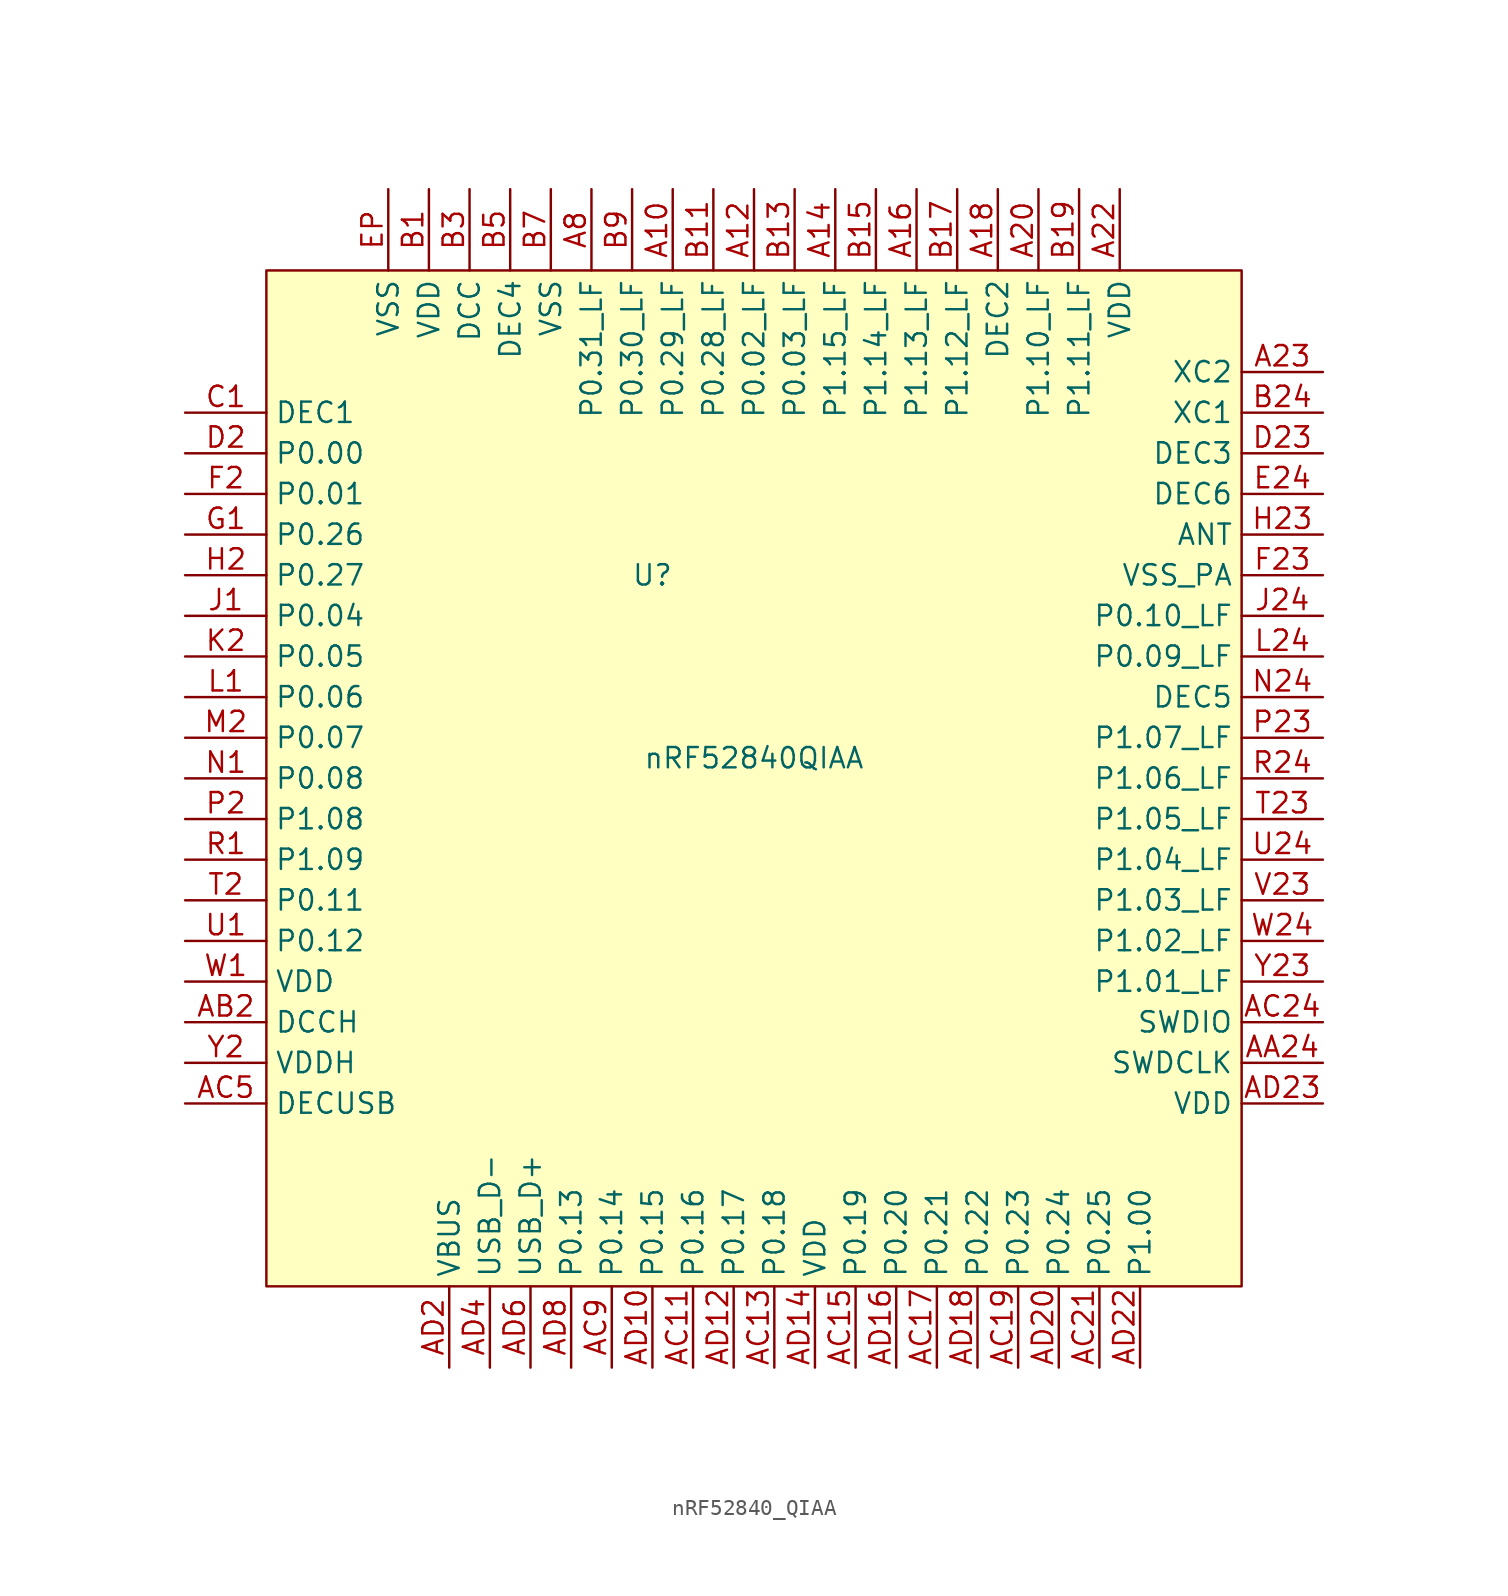
<source format=kicad_sym>
(kicad_symbol_lib
  (version 20231120)
  (generator "kicad_symbol_editor")
  (generator_version "8.0")
  (symbol "nRF52840_QIAA"
    (property "Reference" "U"
      (at -6.35 12.7 0)
      (effects (font (size 1.27 1.27))))
    (property "Value" "nRF52840QIAA"
      (at 0 1.27 0)
      (effects (font (size 1.27 1.27))))
    (symbol "nRF52840_QIAA_1_1"
      (rectangle (start -30.48 31.75) (end 30.48 -31.75) (stroke (width 0) (type default)) (fill (type background)))
      (pin bidirectional line (at -5.08 36.83 270) (length 5.08) (name "P0.29_LF" (effects (font (size 1.27 1.27)))) (number "A10" (effects (font (size 1.27 1.27)))) (alternate "AIN5" input line))
      (pin bidirectional line (at 0 36.83 270) (length 5.08) (name "P0.02_LF" (effects (font (size 1.27 1.27)))) (number "A12" (effects (font (size 1.27 1.27)))) (alternate "AIN0" input line))
      (pin bidirectional line (at 5.08 36.83 270) (length 5.08) (name "P1.15_LF" (effects (font (size 1.27 1.27)))) (number "A14" (effects (font (size 1.27 1.27)))))
      (pin bidirectional line (at 10.16 36.83 270) (length 5.08) (name "P1.13_LF" (effects (font (size 1.27 1.27)))) (number "A16" (effects (font (size 1.27 1.27)))))
      (pin passive line (at 15.24 36.83 270) (length 5.08) (name "DEC2" (effects (font (size 1.27 1.27)))) (number "A18" (effects (font (size 1.27 1.27)))))
      (pin bidirectional line (at 17.78 36.83 270) (length 5.08) (name "P1.10_LF" (effects (font (size 1.27 1.27)))) (number "A20" (effects (font (size 1.27 1.27)))))
      (pin power_in line (at 22.86 36.83 270) (length 5.08) (name "VDD" (effects (font (size 1.27 1.27)))) (number "A22" (effects (font (size 1.27 1.27)))))
      (pin passive line (at 35.56 25.4 180) (length 5.08) (name "XC2" (effects (font (size 1.27 1.27)))) (number "A23" (effects (font (size 1.27 1.27)))))
      (pin bidirectional line (at -10.16 36.83 270) (length 5.08) (name "P0.31_LF" (effects (font (size 1.27 1.27)))) (number "A8" (effects (font (size 1.27 1.27)))) (alternate "AIN7" input line))
      (pin input line (at 35.56 -17.78 180) (length 5.08) (name "SWDCLK" (effects (font (size 1.27 1.27)))) (number "AA24" (effects (font (size 1.27 1.27)))))
      (pin power_out line (at -35.56 -15.24 0) (length 5.08) (name "DCCH" (effects (font (size 1.27 1.27)))) (number "AB2" (effects (font (size 1.27 1.27)))))
      (pin bidirectional line (at -3.81 -36.83 90) (length 5.08) (name "P0.16" (effects (font (size 1.27 1.27)))) (number "AC11" (effects (font (size 1.27 1.27)))))
      (pin bidirectional line (at 1.27 -36.83 90) (length 5.08) (name "P0.18" (effects (font (size 1.27 1.27)))) (number "AC13" (effects (font (size 1.27 1.27)))) (alternate "~{RESET}" input line))
      (pin bidirectional line (at 6.35 -36.83 90) (length 5.08) (name "P0.19" (effects (font (size 1.27 1.27)))) (number "AC15" (effects (font (size 1.27 1.27)))))
      (pin bidirectional line (at 11.43 -36.83 90) (length 5.08) (name "P0.21" (effects (font (size 1.27 1.27)))) (number "AC17" (effects (font (size 1.27 1.27)))))
      (pin bidirectional line (at 16.51 -36.83 90) (length 5.08) (name "P0.23" (effects (font (size 1.27 1.27)))) (number "AC19" (effects (font (size 1.27 1.27)))))
      (pin bidirectional line (at 21.59 -36.83 90) (length 5.08) (name "P0.25" (effects (font (size 1.27 1.27)))) (number "AC21" (effects (font (size 1.27 1.27)))))
      (pin input line (at 35.56 -15.24 180) (length 5.08) (name "SWDIO" (effects (font (size 1.27 1.27)))) (number "AC24" (effects (font (size 1.27 1.27)))))
      (pin passive line (at -35.56 -20.32 0) (length 5.08) (name "DECUSB" (effects (font (size 1.27 1.27)))) (number "AC5" (effects (font (size 1.27 1.27)))))
      (pin bidirectional line (at -8.89 -36.83 90) (length 5.08) (name "P0.14" (effects (font (size 1.27 1.27)))) (number "AC9" (effects (font (size 1.27 1.27)))))
      (pin bidirectional line (at -6.35 -36.83 90) (length 5.08) (name "P0.15" (effects (font (size 1.27 1.27)))) (number "AD10" (effects (font (size 1.27 1.27)))))
      (pin bidirectional line (at -1.27 -36.83 90) (length 5.08) (name "P0.17" (effects (font (size 1.27 1.27)))) (number "AD12" (effects (font (size 1.27 1.27)))))
      (pin power_in line (at 3.81 -36.83 90) (length 5.08) (name "VDD" (effects (font (size 1.27 1.27)))) (number "AD14" (effects (font (size 1.27 1.27)))) (alternate "VDD_O" power_out line))
      (pin bidirectional line (at 8.89 -36.83 90) (length 5.08) (name "P0.20" (effects (font (size 1.27 1.27)))) (number "AD16" (effects (font (size 1.27 1.27)))))
      (pin bidirectional line (at 13.97 -36.83 90) (length 5.08) (name "P0.22" (effects (font (size 1.27 1.27)))) (number "AD18" (effects (font (size 1.27 1.27)))))
      (pin power_in line (at -19.05 -36.83 90) (length 5.08) (name "VBUS" (effects (font (size 1.27 1.27)))) (number "AD2" (effects (font (size 1.27 1.27)))))
      (pin bidirectional line (at 19.05 -36.83 90) (length 5.08) (name "P0.24" (effects (font (size 1.27 1.27)))) (number "AD20" (effects (font (size 1.27 1.27)))))
      (pin bidirectional line (at 24.13 -36.83 90) (length 5.08) (name "P1.00" (effects (font (size 1.27 1.27)))) (number "AD22" (effects (font (size 1.27 1.27)))) (alternate "SWO" output line) (alternate "TRACEDATA0" bidirectional line))
      (pin power_in line (at 35.56 -20.32 180) (length 5.08) (name "VDD" (effects (font (size 1.27 1.27)))) (number "AD23" (effects (font (size 1.27 1.27)))) (alternate "VDD_O" power_out line))
      (pin bidirectional line (at -16.51 -36.83 90) (length 5.08) (name "USB_D-" (effects (font (size 1.27 1.27)))) (number "AD4" (effects (font (size 1.27 1.27)))))
      (pin bidirectional line (at -13.97 -36.83 90) (length 5.08) (name "USB_D+" (effects (font (size 1.27 1.27)))) (number "AD6" (effects (font (size 1.27 1.27)))))
      (pin bidirectional line (at -11.43 -36.83 90) (length 5.08) (name "P0.13" (effects (font (size 1.27 1.27)))) (number "AD8" (effects (font (size 1.27 1.27)))))
      (pin power_in line (at -20.32 36.83 270) (length 5.08) (name "VDD" (effects (font (size 1.27 1.27)))) (number "B1" (effects (font (size 1.27 1.27)))) (alternate "VDD_O" power_out line))
      (pin bidirectional line (at -2.54 36.83 270) (length 5.08) (name "P0.28_LF" (effects (font (size 1.27 1.27)))) (number "B11" (effects (font (size 1.27 1.27)))) (alternate "AIN4" input line))
      (pin bidirectional line (at 2.54 36.83 270) (length 5.08) (name "P0.03_LF" (effects (font (size 1.27 1.27)))) (number "B13" (effects (font (size 1.27 1.27)))) (alternate "AIN1" input line))
      (pin bidirectional line (at 7.62 36.83 270) (length 5.08) (name "P1.14_LF" (effects (font (size 1.27 1.27)))) (number "B15" (effects (font (size 1.27 1.27)))))
      (pin bidirectional line (at 12.7 36.83 270) (length 5.08) (name "P1.12_LF" (effects (font (size 1.27 1.27)))) (number "B17" (effects (font (size 1.27 1.27)))))
      (pin bidirectional line (at 20.32 36.83 270) (length 5.08) (name "P1.11_LF" (effects (font (size 1.27 1.27)))) (number "B19" (effects (font (size 1.27 1.27)))))
      (pin passive line (at 35.56 22.86 180) (length 5.08) (name "XC1" (effects (font (size 1.27 1.27)))) (number "B24" (effects (font (size 1.27 1.27)))))
      (pin power_out line (at -17.78 36.83 270) (length 5.08) (name "DCC" (effects (font (size 1.27 1.27)))) (number "B3" (effects (font (size 1.27 1.27)))))
      (pin passive line (at -15.24 36.83 270) (length 5.08) (name "DEC4" (effects (font (size 1.27 1.27)))) (number "B5" (effects (font (size 1.27 1.27)))))
      (pin power_in line (at -12.7 36.83 270) (length 5.08) (name "VSS" (effects (font (size 1.27 1.27)))) (number "B7" (effects (font (size 1.27 1.27)))))
      (pin bidirectional line (at -7.62 36.83 270) (length 5.08) (name "P0.30_LF" (effects (font (size 1.27 1.27)))) (number "B9" (effects (font (size 1.27 1.27)))) (alternate "AIN6" input line))
      (pin passive line (at -35.56 22.86 0) (length 5.08) (name "DEC1" (effects (font (size 1.27 1.27)))) (number "C1" (effects (font (size 1.27 1.27)))))
      (pin bidirectional line (at -35.56 20.32 0) (length 5.08) (name "P0.00" (effects (font (size 1.27 1.27)))) (number "D2" (effects (font (size 1.27 1.27)))) (alternate "XL1" passive line))
      (pin passive line (at 35.56 20.32 180) (length 5.08) (name "DEC3" (effects (font (size 1.27 1.27)))) (number "D23" (effects (font (size 1.27 1.27)))))
      (pin passive line (at 35.56 17.78 180) (length 5.08) (name "DEC6" (effects (font (size 1.27 1.27)))) (number "E24" (effects (font (size 1.27 1.27)))))
      (pin power_in line (at -22.86 36.83 270) (length 5.08) (name "VSS" (effects (font (size 1.27 1.27)))) (number "EP" (effects (font (size 1.27 1.27)))))
      (pin bidirectional line (at -35.56 17.78 0) (length 5.08) (name "P0.01" (effects (font (size 1.27 1.27)))) (number "F2" (effects (font (size 1.27 1.27)))) (alternate "XL2" passive line))
      (pin power_in line (at 35.56 12.7 180) (length 5.08) (name "VSS_PA" (effects (font (size 1.27 1.27)))) (number "F23" (effects (font (size 1.27 1.27)))))
      (pin bidirectional line (at -35.56 15.24 0) (length 5.08) (name "P0.26" (effects (font (size 1.27 1.27)))) (number "G1" (effects (font (size 1.27 1.27)))))
      (pin bidirectional line (at -35.56 12.7 0) (length 5.08) (name "P0.27" (effects (font (size 1.27 1.27)))) (number "H2" (effects (font (size 1.27 1.27)))))
      (pin passive line (at 35.56 15.24 180) (length 5.08) (name "ANT" (effects (font (size 1.27 1.27)))) (number "H23" (effects (font (size 1.27 1.27)))))
      (pin bidirectional line (at -35.56 10.16 0) (length 5.08) (name "P0.04" (effects (font (size 1.27 1.27)))) (number "J1" (effects (font (size 1.27 1.27)))) (alternate "AIN2" input line))
      (pin bidirectional line (at 35.56 10.16 180) (length 5.08) (name "P0.10_LF" (effects (font (size 1.27 1.27)))) (number "J24" (effects (font (size 1.27 1.27)))) (alternate "NFC2" passive line))
      (pin bidirectional line (at -35.56 7.62 0) (length 5.08) (name "P0.05" (effects (font (size 1.27 1.27)))) (number "K2" (effects (font (size 1.27 1.27)))) (alternate "AIN3" input line))
      (pin bidirectional line (at -35.56 5.08 0) (length 5.08) (name "P0.06" (effects (font (size 1.27 1.27)))) (number "L1" (effects (font (size 1.27 1.27)))))
      (pin bidirectional line (at 35.56 7.62 180) (length 5.08) (name "P0.09_LF" (effects (font (size 1.27 1.27)))) (number "L24" (effects (font (size 1.27 1.27)))) (alternate "NFC1" passive line))
      (pin bidirectional line (at -35.56 2.54 0) (length 5.08) (name "P0.07" (effects (font (size 1.27 1.27)))) (number "M2" (effects (font (size 1.27 1.27)))) (alternate "TRACECLK" passive line))
      (pin bidirectional line (at -35.56 0 0) (length 5.08) (name "P0.08" (effects (font (size 1.27 1.27)))) (number "N1" (effects (font (size 1.27 1.27)))))
      (pin passive line (at 35.56 5.08 180) (length 5.08) (name "DEC5" (effects (font (size 1.27 1.27)))) (number "N24" (effects (font (size 1.27 1.27)))))
      (pin bidirectional line (at -35.56 -2.54 0) (length 5.08) (name "P1.08" (effects (font (size 1.27 1.27)))) (number "P2" (effects (font (size 1.27 1.27)))))
      (pin bidirectional line (at 35.56 2.54 180) (length 5.08) (name "P1.07_LF" (effects (font (size 1.27 1.27)))) (number "P23" (effects (font (size 1.27 1.27)))))
      (pin bidirectional line (at -35.56 -5.08 0) (length 5.08) (name "P1.09" (effects (font (size 1.27 1.27)))) (number "R1" (effects (font (size 1.27 1.27)))) (alternate "TRACEDATA3" bidirectional line))
      (pin bidirectional line (at 35.56 0 180) (length 5.08) (name "P1.06_LF" (effects (font (size 1.27 1.27)))) (number "R24" (effects (font (size 1.27 1.27)))))
      (pin bidirectional line (at -35.56 -7.62 0) (length 5.08) (name "P0.11" (effects (font (size 1.27 1.27)))) (number "T2" (effects (font (size 1.27 1.27)))) (alternate "TRACEDATA2" bidirectional line))
      (pin bidirectional line (at 35.56 -2.54 180) (length 5.08) (name "P1.05_LF" (effects (font (size 1.27 1.27)))) (number "T23" (effects (font (size 1.27 1.27)))))
      (pin bidirectional line (at -35.56 -10.16 0) (length 5.08) (name "P0.12" (effects (font (size 1.27 1.27)))) (number "U1" (effects (font (size 1.27 1.27)))) (alternate "TRACEDATA1" bidirectional line))
      (pin bidirectional line (at 35.56 -5.08 180) (length 5.08) (name "P1.04_LF" (effects (font (size 1.27 1.27)))) (number "U24" (effects (font (size 1.27 1.27)))))
      (pin bidirectional line (at 35.56 -7.62 180) (length 5.08) (name "P1.03_LF" (effects (font (size 1.27 1.27)))) (number "V23" (effects (font (size 1.27 1.27)))))
      (pin power_in line (at -35.56 -12.7 0) (length 5.08) (name "VDD" (effects (font (size 1.27 1.27)))) (number "W1" (effects (font (size 1.27 1.27)))) (alternate "VDD_O" power_out line))
      (pin bidirectional line (at 35.56 -10.16 180) (length 5.08) (name "P1.02_LF" (effects (font (size 1.27 1.27)))) (number "W24" (effects (font (size 1.27 1.27)))))
      (pin power_in line (at -35.56 -17.78 0) (length 5.08) (name "VDDH" (effects (font (size 1.27 1.27)))) (number "Y2" (effects (font (size 1.27 1.27)))))
      (pin bidirectional line (at 35.56 -12.7 180) (length 5.08) (name "P1.01_LF" (effects (font (size 1.27 1.27)))) (number "Y23" (effects (font (size 1.27 1.27))))))))
</source>
